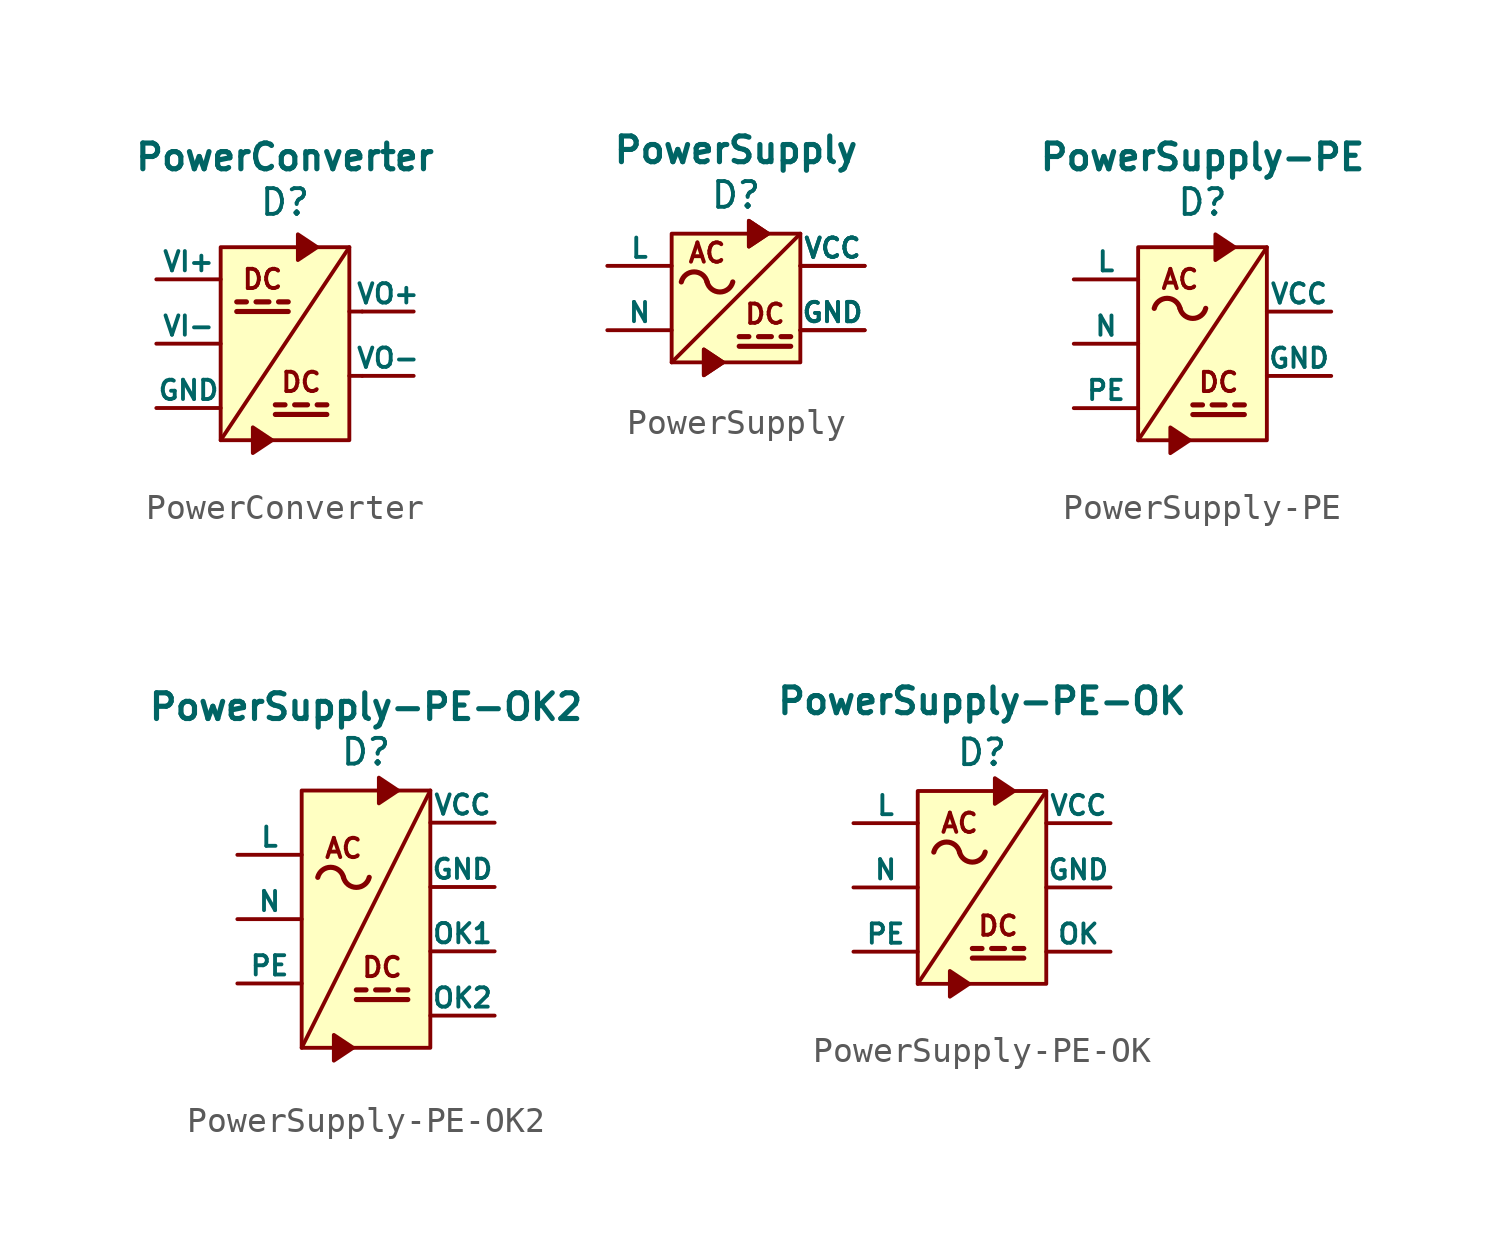
<source format=kicad_sym>
(kicad_symbol_lib
  (version 20231120)
  (generator "kicad_symbol_editor")
  (generator_version "8.0")
  (symbol "PowerConverter"
    (pin_numbers hide)
    (pin_names
      (offset 0))
    (property "Reference" "D"
      (at 0 5.588 0)
      (effects (font (size 1.016 1.016))))
    (property "Value" "PowerConverter"
      (at 0 7.366 0)
      (effects (font (size 1.016 1.016) (bold yes))))
    (symbol "PowerConverter_0_0"
      (text "DC" (at -0.889 2.54 0) (effects (font (size 0.762 0.762))))
      (text "DC" (at 0.635 -1.524 0) (effects (font (size 0.762 0.762)))))
    (symbol "PowerConverter_0_1"
      (rectangle (start -2.54 3.81) (end 2.54 -3.81) (stroke (width 0) (type solid)) (fill (type background)))
      (polyline (pts (xy 2.54 3.81) (xy -2.54 -3.81)) (stroke (width 0) (type solid)) (fill (type none)))
      (polyline (pts (xy 3.048 -1.27) (xy 2.54 -1.27)) (stroke (width 0) (type solid)) (fill (type none)))
      (polyline (pts (xy 3.048 1.27) (xy 2.54 1.27)) (stroke (width 0) (type solid)) (fill (type none)))
      (polyline (pts (xy -1.27 -3.302) (xy -1.27 -4.318) (xy -0.508 -3.81) (xy -1.27 -3.302)) (stroke (width 0) (type solid)) (fill (type outline)))
      (polyline (pts (xy 0.508 4.318) (xy 0.508 3.302) (xy 1.27 3.81) (xy 0.508 4.318)) (stroke (width 0) (type solid)) (fill (type outline))))
    (symbol "PowerConverter_1_1"
      (polyline (pts (xy -1.905 1.651) (xy -1.524 1.651)) (stroke (width 0.203) (type solid)) (fill (type none)))
      (polyline (pts (xy -1.143 1.651) (xy -0.635 1.651)) (stroke (width 0.203) (type solid)) (fill (type none)))
      (polyline (pts (xy -0.381 -2.413) (xy 0 -2.413)) (stroke (width 0.203) (type solid)) (fill (type none)))
      (polyline (pts (xy -0.254 1.651) (xy 0.127 1.651)) (stroke (width 0.203) (type solid)) (fill (type none)))
      (polyline (pts (xy 0.127 1.27) (xy -1.905 1.27)) (stroke (width 0.203) (type solid)) (fill (type none)))
      (polyline (pts (xy 0.381 -2.413) (xy 0.889 -2.413)) (stroke (width 0.203) (type solid)) (fill (type none)))
      (polyline (pts (xy 1.27 -2.413) (xy 1.651 -2.413)) (stroke (width 0.203) (type solid)) (fill (type none)))
      (polyline (pts (xy 1.651 -2.794) (xy -0.381 -2.794)) (stroke (width 0.203) (type solid)) (fill (type none)))
      (pin passive line (at -5.08 2.54 0) (length 2.54) (name "VI+" (effects (font (size 0.762 0.762)))) (number "1" (effects (font (size 0.762 0.762)))))
      (pin passive line (at -5.08 0 0) (length 2.54) (name "VI-" (effects (font (size 0.762 0.762)))) (number "2" (effects (font (size 0.762 0.762)))))
      (pin passive line (at -5.08 -2.54 0) (length 2.54) (name "GND" (effects (font (size 0.762 0.762)))) (number "3" (effects (font (size 0.762 0.762)))))
      (pin passive line (at 5.08 1.27 180) (length 2.032) (name "VO+" (effects (font (size 0.762 0.762)))) (number "4" (effects (font (size 0.762 0.762)))))
      (pin passive line (at 5.08 -1.27 180) (length 2.032) (name "VO-" (effects (font (size 0.762 0.762)))) (number "5" (effects (font (size 0.762 0.762)))))))
  (symbol "PowerSupply"
    (pin_numbers hide)
    (pin_names
      (offset 0))
    (property "Reference" "D"
      (at 0 4.064 0)
      (effects (font (size 1.016 1.016))))
    (property "Value" "PowerSupply"
      (at 0 5.842 0)
      (effects (font (size 1.016 1.016) (bold yes))))
    (symbol "PowerSupply_0_0"
      (text "AC" (at -1.143 1.778 0) (effects (font (size 0.762 0.762))))
      (text "DC" (at 1.143 -0.635 0) (effects (font (size 0.762 0.762)))))
    (symbol "PowerSupply_0_1"
      (rectangle (start -2.54 2.54) (end 2.54 -2.54) (stroke (width 0) (type solid)) (fill (type background)))
      (arc (start -1.143 0.635) (mid -1.651 1.0316) (end -2.159 0.635) (stroke (width 0.2032) (type solid)) (fill (type none)))
      (arc (start -1.143 0.635) (mid -0.635 0.2384) (end -0.127 0.635) (stroke (width 0.2032) (type solid)) (fill (type none)))
      (polyline (pts (xy 2.54 2.54) (xy -2.54 -2.54)) (stroke (width 0) (type solid)) (fill (type none)))
      (polyline (pts (xy -1.27 -2.032) (xy -1.27 -3.048) (xy -0.508 -2.54) (xy -1.27 -2.032)) (stroke (width 0) (type solid)) (fill (type outline)))
      (polyline (pts (xy -1.27 -2.032) (xy -1.27 -3.048) (xy -0.508 -2.54) (xy -1.27 -2.032)) (stroke (width 0) (type solid)) (fill (type outline)))
      (polyline (pts (xy 0.508 3.048) (xy 0.508 2.032) (xy 1.27 2.54) (xy 0.508 3.048)) (stroke (width 0) (type solid)) (fill (type outline)))
      (polyline (pts (xy 0.508 3.048) (xy 0.508 2.032) (xy 1.27 2.54) (xy 0.508 3.048)) (stroke (width 0) (type solid)) (fill (type outline))))
    (symbol "PowerSupply_1_1"
      (polyline (pts (xy 0.127 -1.524) (xy 0.508 -1.524)) (stroke (width 0.203) (type solid)) (fill (type none)))
      (polyline (pts (xy 0.889 -1.524) (xy 1.397 -1.524)) (stroke (width 0.203) (type solid)) (fill (type none)))
      (polyline (pts (xy 1.778 -1.524) (xy 2.159 -1.524)) (stroke (width 0.203) (type solid)) (fill (type none)))
      (polyline (pts (xy 2.159 -1.905) (xy 0.127 -1.905)) (stroke (width 0.203) (type solid)) (fill (type none)))
      (pin passive line (at -5.08 1.27 0) (length 2.54) (name "L" (effects (font (size 0.762 0.762)))) (number "1" (effects (font (size 0.762 0.762)))))
      (pin passive line (at 5.08 1.27 180) (length 2.54) (name "VCC" (effects (font (size 0.762 0.762)))) (number "1" (effects (font (size 0.762 0.762)))))
      (pin passive line (at 5.08 -1.27 180) (length 2.54) (name "GND" (effects (font (size 0.762 0.762)))) (number "2" (effects (font (size 0.762 0.762)))))
      (pin passive line (at -5.08 -1.27 0) (length 2.54) (name "N" (effects (font (size 0.762 0.762)))) (number "2" (effects (font (size 0.762 0.762)))))
      (pin passive line (at 5.08 1.27 180) (length 2.54) (name "VCC" (effects (font (size 0.762 0.762)))) (number "3" (effects (font (size 0.762 0.762)))))
      (pin passive line (at 5.08 -1.27 180) (length 2.54) (name "GND" (effects (font (size 0.762 0.762)))) (number "4" (effects (font (size 0.762 0.762)))))))
  (symbol "PowerSupply-PE"
    (pin_numbers hide)
    (pin_names
      (offset 0))
    (property "Reference" "D"
      (at 0 5.588 0)
      (effects (font (size 1.016 1.016))))
    (property "Value" "PowerSupply-PE"
      (at 0 7.366 0)
      (effects (font (size 1.016 1.016) (bold yes))))
    (symbol "PowerSupply-PE_0_0"
      (text "AC" (at -0.889 2.54 0) (effects (font (size 0.762 0.762))))
      (text "DC" (at 0.635 -1.524 0) (effects (font (size 0.762 0.762)))))
    (symbol "PowerSupply-PE_0_1"
      (rectangle (start -2.54 3.81) (end 2.54 -3.81) (stroke (width 0) (type solid)) (fill (type background)))
      (arc (start -0.889 1.397) (mid -1.397 1.7936) (end -1.905 1.397) (stroke (width 0.2032) (type solid)) (fill (type none)))
      (arc (start -0.889 1.397) (mid -0.381 1.0004) (end 0.127 1.397) (stroke (width 0.2032) (type solid)) (fill (type none)))
      (polyline (pts (xy 2.54 3.81) (xy -2.54 -3.81)) (stroke (width 0) (type solid)) (fill (type none)))
      (polyline (pts (xy -1.27 -3.302) (xy -1.27 -4.318) (xy -0.508 -3.81) (xy -1.27 -3.302)) (stroke (width 0) (type solid)) (fill (type outline)))
      (polyline (pts (xy 0.508 4.318) (xy 0.508 3.302) (xy 1.27 3.81) (xy 0.508 4.318)) (stroke (width 0) (type solid)) (fill (type outline))))
    (symbol "PowerSupply-PE_1_1"
      (polyline (pts (xy -0.381 -2.413) (xy 0 -2.413)) (stroke (width 0.203) (type solid)) (fill (type none)))
      (polyline (pts (xy 0.381 -2.413) (xy 0.889 -2.413)) (stroke (width 0.203) (type solid)) (fill (type none)))
      (polyline (pts (xy 1.27 -2.413) (xy 1.651 -2.413)) (stroke (width 0.203) (type solid)) (fill (type none)))
      (polyline (pts (xy 1.651 -2.794) (xy -0.381 -2.794)) (stroke (width 0.203) (type solid)) (fill (type none)))
      (pin passive line (at -5.08 2.54 0) (length 2.54) (name "L" (effects (font (size 0.762 0.762)))) (number "1" (effects (font (size 0.762 0.762)))))
      (pin passive line (at -5.08 0 0) (length 2.54) (name "N" (effects (font (size 0.762 0.762)))) (number "2" (effects (font (size 0.762 0.762)))))
      (pin passive line (at -5.08 -2.54 0) (length 2.54) (name "PE" (effects (font (size 0.762 0.762)))) (number "3" (effects (font (size 0.762 0.762)))))
      (pin passive line (at 5.08 1.27 180) (length 2.54) (name "VCC" (effects (font (size 0.762 0.762)))) (number "4" (effects (font (size 0.762 0.762)))))
      (pin passive line (at 5.08 -1.27 180) (length 2.54) (name "GND" (effects (font (size 0.762 0.762)))) (number "5" (effects (font (size 0.762 0.762)))))))
  (symbol "PowerSupply-PE-OK2"
    (pin_numbers hide)
    (pin_names
      (offset 0))
    (property "Reference" "D"
      (at 0 6.604 0)
      (effects (font (size 1.016 1.016))))
    (property "Value" "PowerSupply-PE-OK2"
      (at 0 8.382 0)
      (effects (font (size 1.016 1.016) (bold yes))))
    (symbol "PowerSupply-PE-OK2_0_0"
      (text "AC" (at -0.889 2.794 0) (effects (font (size 0.762 0.762))))
      (text "DC" (at 0.635 -1.905 0) (effects (font (size 0.762 0.762)))))
    (symbol "PowerSupply-PE-OK2_0_1"
      (rectangle (start -2.54 5.08) (end 2.54 -5.08) (stroke (width 0) (type solid)) (fill (type background)))
      (arc (start -0.889 1.651) (mid -1.397 2.0476) (end -1.905 1.651) (stroke (width 0.2032) (type solid)) (fill (type none)))
      (arc (start -0.889 1.651) (mid -0.381 1.2544) (end 0.127 1.651) (stroke (width 0.2032) (type solid)) (fill (type none)))
      (polyline (pts (xy 2.54 5.08) (xy -2.54 -5.08)) (stroke (width 0) (type solid)) (fill (type none)))
      (polyline (pts (xy -1.27 -4.572) (xy -1.27 -5.588) (xy -0.508 -5.08) (xy -1.27 -4.572)) (stroke (width 0) (type solid)) (fill (type outline)))
      (polyline (pts (xy 0.508 5.588) (xy 0.508 4.572) (xy 1.27 5.08) (xy 0.508 5.588)) (stroke (width 0) (type solid)) (fill (type outline))))
    (symbol "PowerSupply-PE-OK2_1_1"
      (polyline (pts (xy -0.381 -2.794) (xy 0 -2.794)) (stroke (width 0.203) (type solid)) (fill (type none)))
      (polyline (pts (xy 0.381 -2.794) (xy 0.889 -2.794)) (stroke (width 0.203) (type solid)) (fill (type none)))
      (polyline (pts (xy 1.27 -2.794) (xy 1.651 -2.794)) (stroke (width 0.203) (type solid)) (fill (type none)))
      (polyline (pts (xy 1.651 -3.175) (xy -0.381 -3.175)) (stroke (width 0.203) (type solid)) (fill (type none)))
      (pin passive line (at -5.08 2.54 0) (length 2.54) (name "L" (effects (font (size 0.762 0.762)))) (number "1" (effects (font (size 0.762 0.762)))))
      (pin passive line (at -5.08 0 0) (length 2.54) (name "N" (effects (font (size 0.762 0.762)))) (number "2" (effects (font (size 0.762 0.762)))))
      (pin passive line (at -5.08 -2.54 0) (length 2.54) (name "PE" (effects (font (size 0.762 0.762)))) (number "3" (effects (font (size 0.762 0.762)))))
      (pin passive line (at 5.08 3.81 180) (length 2.54) (name "VCC" (effects (font (size 0.762 0.762)))) (number "4" (effects (font (size 0.762 0.762)))))
      (pin passive line (at 5.08 1.27 180) (length 2.54) (name "GND" (effects (font (size 0.762 0.762)))) (number "5" (effects (font (size 0.762 0.762)))))
      (pin passive line (at 5.08 -1.27 180) (length 2.54) (name "OK1" (effects (font (size 0.762 0.762)))) (number "6" (effects (font (size 0.762 0.762)))))
      (pin passive line (at 5.08 -3.81 180) (length 2.54) (name "OK2" (effects (font (size 0.762 0.762)))) (number "7" (effects (font (size 0.762 0.762)))))))
  (symbol "PowerSupply-PE-OK"
    (pin_numbers hide)
    (pin_names
      (offset 0))
    (property "Reference" "D"
      (at 0 5.334 0)
      (effects (font (size 1.016 1.016))))
    (property "Value" "PowerSupply-PE-OK"
      (at 0 7.366 0)
      (effects (font (size 1.016 1.016) (bold yes))))
    (symbol "PowerSupply-PE-OK_1_1"
      (rectangle (start -2.54 3.81) (end 2.54 -3.81) (stroke (width 0) (type solid)) (fill (type background)))
      (arc (start -0.889 1.397) (mid -1.397 1.7936) (end -1.905 1.397) (stroke (width 0.2032) (type solid)) (fill (type none)))
      (arc (start -0.889 1.397) (mid -0.381 1.0004) (end 0.127 1.397) (stroke (width 0.2032) (type solid)) (fill (type none)))
      (polyline (pts (xy -0.381 -2.413) (xy 0 -2.413)) (stroke (width 0.203) (type solid)) (fill (type none)))
      (polyline (pts (xy 0.381 -2.413) (xy 0.889 -2.413)) (stroke (width 0.203) (type solid)) (fill (type none)))
      (polyline (pts (xy 1.27 -2.413) (xy 1.651 -2.413)) (stroke (width 0.203) (type solid)) (fill (type none)))
      (polyline (pts (xy 1.651 -2.794) (xy -0.381 -2.794)) (stroke (width 0.203) (type solid)) (fill (type none)))
      (polyline (pts (xy 2.54 3.81) (xy -2.54 -3.81)) (stroke (width 0) (type solid)) (fill (type none)))
      (polyline (pts (xy -1.27 -3.302) (xy -1.27 -4.318) (xy -0.508 -3.81) (xy -1.27 -3.302)) (stroke (width 0) (type solid)) (fill (type outline)))
      (polyline (pts (xy 0.508 4.318) (xy 0.508 3.302) (xy 1.27 3.81) (xy 0.508 4.318)) (stroke (width 0) (type solid)) (fill (type outline)))
      (text "AC" (at -0.889 2.54 0) (effects (font (size 0.762 0.762))))
      (text "DC" (at 0.635 -1.524 0) (effects (font (size 0.762 0.762))))
      (pin passive line (at -5.08 2.54 0) (length 2.54) (name "L" (effects (font (size 0.762 0.762)))) (number "1" (effects (font (size 0.762 0.762)))))
      (pin passive line (at -5.08 0 0) (length 2.54) (name "N" (effects (font (size 0.762 0.762)))) (number "2" (effects (font (size 0.762 0.762)))))
      (pin passive line (at -5.08 -2.54 0) (length 2.54) (name "PE" (effects (font (size 0.762 0.762)))) (number "3" (effects (font (size 0.762 0.762)))))
      (pin passive line (at 5.08 2.54 180) (length 2.54) (name "VCC" (effects (font (size 0.762 0.762)))) (number "4" (effects (font (size 0.762 0.762)))))
      (pin passive line (at 5.08 0 180) (length 2.54) (name "GND" (effects (font (size 0.762 0.762)))) (number "5" (effects (font (size 0.762 0.762)))))
      (pin passive line (at 5.08 -2.54 180) (length 2.54) (name "OK" (effects (font (size 0.762 0.762)))) (number "6" (effects (font (size 0.762 0.762))))))))
</source>
